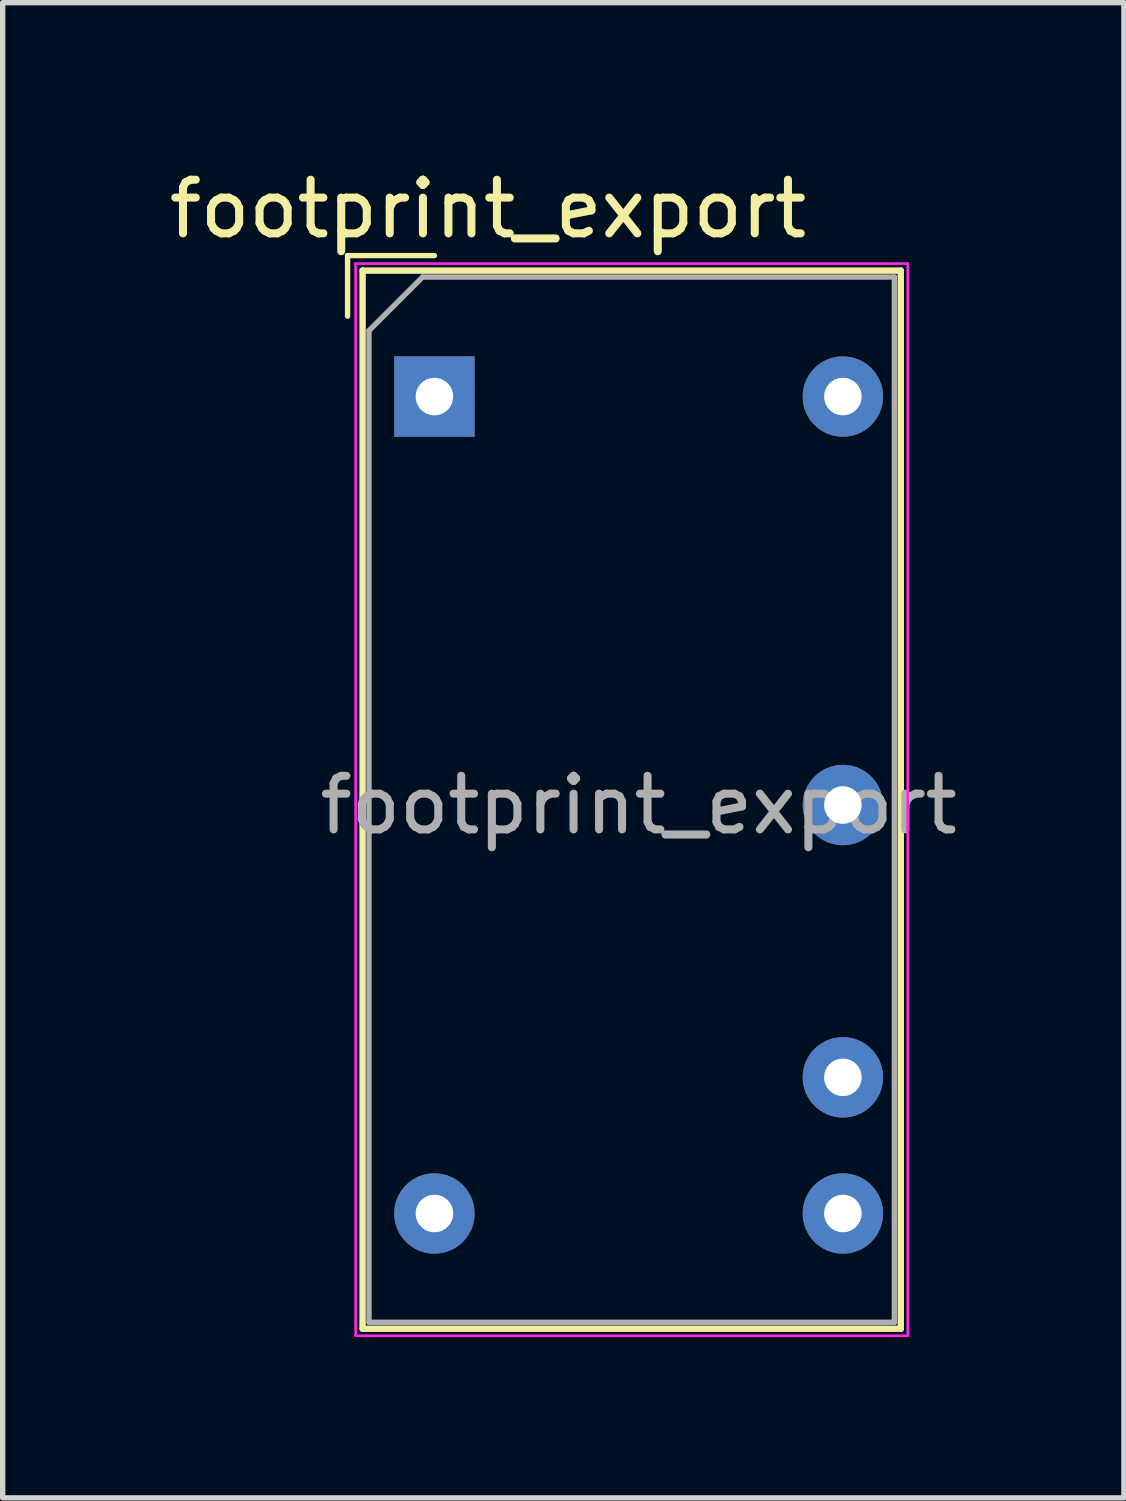
<source format=kicad_pcb>
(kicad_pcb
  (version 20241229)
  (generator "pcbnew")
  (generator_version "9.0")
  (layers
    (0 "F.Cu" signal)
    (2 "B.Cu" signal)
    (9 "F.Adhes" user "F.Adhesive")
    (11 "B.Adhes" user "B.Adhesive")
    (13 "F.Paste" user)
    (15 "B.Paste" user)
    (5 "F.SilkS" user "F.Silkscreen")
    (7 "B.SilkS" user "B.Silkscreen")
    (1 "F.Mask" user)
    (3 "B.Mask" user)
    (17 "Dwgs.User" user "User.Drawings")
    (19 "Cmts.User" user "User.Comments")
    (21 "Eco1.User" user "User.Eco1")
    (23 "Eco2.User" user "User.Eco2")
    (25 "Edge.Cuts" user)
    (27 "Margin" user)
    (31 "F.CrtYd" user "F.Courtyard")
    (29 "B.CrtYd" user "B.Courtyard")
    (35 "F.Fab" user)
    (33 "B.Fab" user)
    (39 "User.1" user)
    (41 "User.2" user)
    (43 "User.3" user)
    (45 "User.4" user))
  (footprint "footprint_export"
    (layer "F.Cu")
    (at 5.054 4.348)
    (property "Reference" "footprint_export" (at 1 -3.5 0) (layer "F.SilkS") (effects (font (size 1 1) (thickness 0.15))))
    (attr through_hole)
    (fp_line (start -1.62 -2.63) (end -1.62 -1.5) (stroke (width 0.1) (type solid)) (layer "F.SilkS"))
    (fp_line (start -1.34 -2.35) (end -1.34 17.39) (stroke (width 0.12) (type solid)) (layer "F.SilkS"))
    (fp_line (start -1.34 -2.35) (end 8.7 -2.35) (stroke (width 0.12) (type solid)) (layer "F.SilkS"))
    (fp_line (start -1.34 17.39) (end 8.7 17.39) (stroke (width 0.12) (type solid)) (layer "F.SilkS"))
    (fp_line (start 0 -2.63) (end -1.62 -2.63) (stroke (width 0.1) (type solid)) (layer "F.SilkS"))
    (fp_line (start 8.7 17.39) (end 8.7 -2.35) (stroke (width 0.12) (type solid)) (layer "F.SilkS"))
    (fp_line (start -1.47 -2.48) (end -1.47 17.52) (stroke (width 0.05) (type solid)) (layer "F.CrtYd"))
    (fp_line (start -1.47 17.52) (end 8.83 17.52) (stroke (width 0.05) (type solid)) (layer "F.CrtYd"))
    (fp_line (start 8.83 -2.48) (end -1.47 -2.48) (stroke (width 0.05) (type solid)) (layer "F.CrtYd"))
    (fp_line (start 8.83 17.52) (end 8.83 -2.48) (stroke (width 0.05) (type solid)) (layer "F.CrtYd"))
    (fp_line (start -1.22 17.27) (end -1.22 -1.23) (stroke (width 0.1) (type solid)) (layer "F.Fab"))
    (fp_line (start -0.22 -2.23) (end -1.22 -1.23) (stroke (width 0.1) (type solid)) (layer "F.Fab"))
    (fp_line (start -0.22 -2.23) (end 8.58 -2.23) (stroke (width 0.1) (type solid)) (layer "F.Fab"))
    (fp_line (start 8.58 -2.23) (end 8.58 17.27) (stroke (width 0.1) (type solid)) (layer "F.Fab"))
    (fp_line (start 8.58 17.27) (end -1.22 17.27) (stroke (width 0.1) (type solid)) (layer "F.Fab"))
    (fp_text user "${REFERENCE}" (at 3.81 7.62 0) (layer "F.Fab") (effects (font (size 1 1) (thickness 0.15))))
    (pad "1" thru_hole rect (at 0 0) (size 1.5 1.5) (drill 0.7) (layers "*.Cu" "*.Mask"))
    (pad "7" thru_hole oval (at 0 15.24) (size 1.5 1.5) (drill 0.7) (layers "*.Cu" "*.Mask"))
    (pad "8" thru_hole oval (at 7.62 15.24) (size 1.5 1.5) (drill 0.7) (layers "*.Cu" "*.Mask"))
    (pad "9" thru_hole oval (at 7.62 12.7) (size 1.5 1.5) (drill 0.7) (layers "*.Cu" "*.Mask"))
    (pad "11" thru_hole oval (at 7.62 7.62) (size 1.5 1.5) (drill 0.7) (layers "*.Cu" "*.Mask"))
    (pad "14" thru_hole oval (at 7.62 0) (size 1.5 1.5) (drill 0.7) (layers "*.Cu" "*.Mask")))
  (gr_rect
    (start -3 -3)
    (end 17.917 24.893)
    (stroke (width 0.1) (type default))
    (fill no)
    (layer "Edge.Cuts")))
</source>
